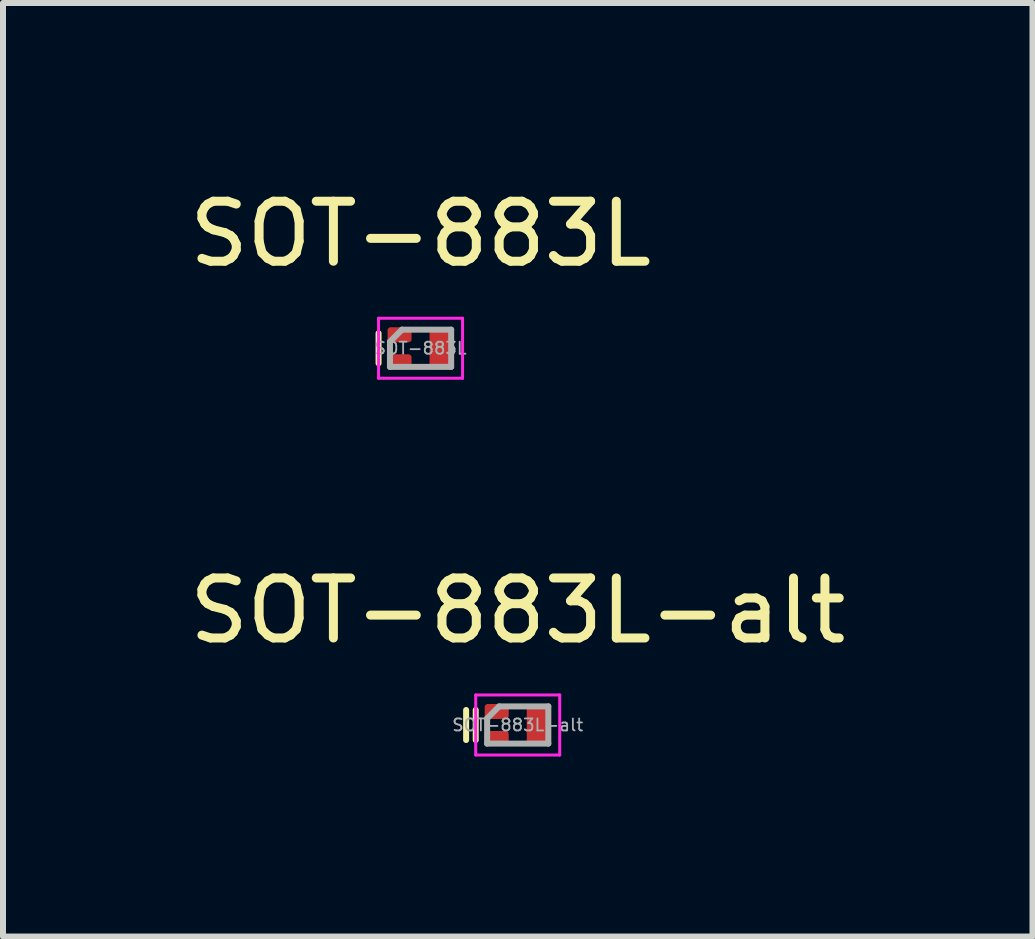
<source format=kicad_pcb>
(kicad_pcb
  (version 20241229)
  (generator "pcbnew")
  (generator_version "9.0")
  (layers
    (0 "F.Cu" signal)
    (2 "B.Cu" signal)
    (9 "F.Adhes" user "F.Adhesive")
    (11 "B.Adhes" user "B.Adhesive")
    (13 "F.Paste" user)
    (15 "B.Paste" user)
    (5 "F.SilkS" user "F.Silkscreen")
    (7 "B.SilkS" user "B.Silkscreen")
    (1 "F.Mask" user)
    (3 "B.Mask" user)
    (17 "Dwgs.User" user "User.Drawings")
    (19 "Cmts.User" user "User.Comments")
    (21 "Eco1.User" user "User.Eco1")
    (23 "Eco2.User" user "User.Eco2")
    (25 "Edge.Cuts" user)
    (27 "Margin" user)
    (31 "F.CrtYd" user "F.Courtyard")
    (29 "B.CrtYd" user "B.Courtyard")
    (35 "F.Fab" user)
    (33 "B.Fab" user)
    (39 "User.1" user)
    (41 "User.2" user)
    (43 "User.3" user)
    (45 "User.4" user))
  (footprint "SOT-883L"
    (layer "F.Cu")
    (at 3.958 2.753)
    (property "Reference" "SOT-883L" (at 0 -1.905 0) (layer "F.SilkS") (effects (font (size 1 1) (thickness 0.15))))
    (attr smd)
    (fp_line (start -0.7 0.25) (end -0.7 -0.25) (stroke (width 0.1) (type solid)) (layer "F.SilkS"))
    (fp_line (start -0.7 -0.5) (end 0.7 -0.5) (stroke (width 0.05) (type solid)) (layer "F.CrtYd"))
    (fp_line (start -0.7 0.5) (end -0.7 -0.5) (stroke (width 0.05) (type solid)) (layer "F.CrtYd"))
    (fp_line (start 0.7 -0.5) (end 0.7 0.5) (stroke (width 0.05) (type solid)) (layer "F.CrtYd"))
    (fp_line (start 0.7 0.5) (end -0.7 0.5) (stroke (width 0.05) (type solid)) (layer "F.CrtYd"))
    (fp_line (start -0.51 0.31) (end -0.51 -0.11) (stroke (width 0.1) (type solid)) (layer "F.Fab"))
    (fp_line (start -0.31 -0.31) (end -0.51 -0.11) (stroke (width 0.1) (type solid)) (layer "F.Fab"))
    (fp_line (start -0.31 -0.31) (end 0.51 -0.31) (stroke (width 0.1) (type solid)) (layer "F.Fab"))
    (fp_line (start 0.51 -0.31) (end 0.51 0.31) (stroke (width 0.1) (type solid)) (layer "F.Fab"))
    (fp_line (start 0.51 0.31) (end -0.51 0.31) (stroke (width 0.1) (type solid)) (layer "F.Fab"))
    (fp_text user "${REFERENCE}" (at 0 0 0) (layer "F.Fab") (effects (font (size 0.2 0.2) (thickness 0.03))))
    (pad "1" smd roundrect (at -0.35 -0.225) (size 0.4 0.25) (layers "F.Cu" "F.Mask" "F.Paste") (roundrect_rratio 0.2))
    (pad "2" smd roundrect (at -0.35 0.225) (size 0.4 0.25) (layers "F.Cu" "F.Mask" "F.Paste") (roundrect_rratio 0.2))
    (pad "3" smd roundrect (at 0.35 0) (size 0.4 0.7) (layers "F.Cu" "F.Mask" "F.Paste") (roundrect_rratio 0.125)))
  (footprint "SOT-883L-alt"
    (layer "F.Cu")
    (at 5.577 9.031)
    (property "Reference" "SOT-883L-alt" (at 0 -1.905 0) (layer "F.SilkS") (effects (font (size 1 1) (thickness 0.15))))
    (attr smd)
    (fp_line (start -0.86 0.25) (end -0.86 -0.25) (stroke (width 0.1) (type solid)) (layer "F.SilkS"))
    (fp_line (start -0.7 0.25) (end -0.7 -0.25) (stroke (width 0.1) (type solid)) (layer "F.SilkS"))
    (fp_line (start -0.7 -0.5) (end 0.7 -0.5) (stroke (width 0.05) (type solid)) (layer "F.CrtYd"))
    (fp_line (start -0.7 0.5) (end -0.7 -0.5) (stroke (width 0.05) (type solid)) (layer "F.CrtYd"))
    (fp_line (start 0.7 -0.5) (end 0.7 0.5) (stroke (width 0.05) (type solid)) (layer "F.CrtYd"))
    (fp_line (start 0.7 0.5) (end -0.7 0.5) (stroke (width 0.05) (type solid)) (layer "F.CrtYd"))
    (fp_line (start -0.51 0.31) (end -0.51 -0.11) (stroke (width 0.1) (type solid)) (layer "F.Fab"))
    (fp_line (start -0.31 -0.31) (end -0.51 -0.11) (stroke (width 0.1) (type solid)) (layer "F.Fab"))
    (fp_line (start -0.31 -0.31) (end 0.51 -0.31) (stroke (width 0.1) (type solid)) (layer "F.Fab"))
    (fp_line (start 0.51 -0.31) (end 0.51 0.31) (stroke (width 0.1) (type solid)) (layer "F.Fab"))
    (fp_line (start 0.51 0.31) (end -0.51 0.31) (stroke (width 0.1) (type solid)) (layer "F.Fab"))
    (fp_text user "${REFERENCE}" (at 0 0 0) (layer "F.Fab") (effects (font (size 0.2 0.2) (thickness 0.03))))
    (pad "1" smd roundrect (at -0.35 -0.225) (size 0.4 0.25) (layers "F.Cu" "F.Mask" "F.Paste") (roundrect_rratio 0.2))
    (pad "2" smd roundrect (at -0.35 0.225) (size 0.4 0.25) (layers "F.Cu" "F.Mask" "F.Paste") (roundrect_rratio 0.2))
    (pad "3" smd roundrect (at 0.35 0) (size 0.4 0.7) (layers "F.Cu" "F.Mask" "F.Paste") (roundrect_rratio 0.125)))
  (gr_rect
    (start -3 -3)
    (end 14.155 12.556)
    (stroke (width 0.1) (type default))
    (fill no)
    (layer "Edge.Cuts")))
</source>
